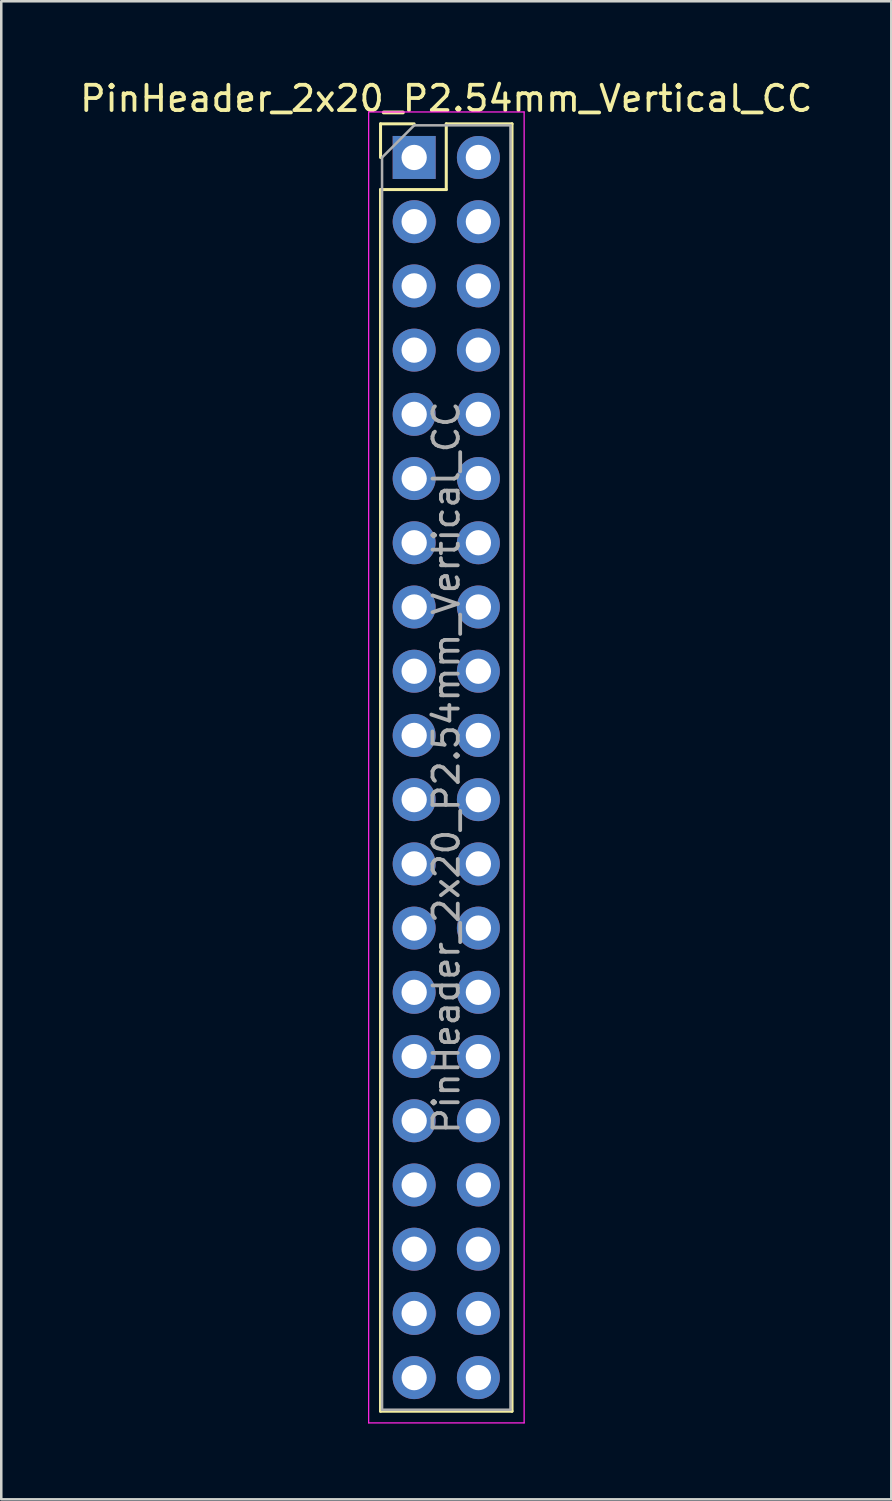
<source format=kicad_pcb>
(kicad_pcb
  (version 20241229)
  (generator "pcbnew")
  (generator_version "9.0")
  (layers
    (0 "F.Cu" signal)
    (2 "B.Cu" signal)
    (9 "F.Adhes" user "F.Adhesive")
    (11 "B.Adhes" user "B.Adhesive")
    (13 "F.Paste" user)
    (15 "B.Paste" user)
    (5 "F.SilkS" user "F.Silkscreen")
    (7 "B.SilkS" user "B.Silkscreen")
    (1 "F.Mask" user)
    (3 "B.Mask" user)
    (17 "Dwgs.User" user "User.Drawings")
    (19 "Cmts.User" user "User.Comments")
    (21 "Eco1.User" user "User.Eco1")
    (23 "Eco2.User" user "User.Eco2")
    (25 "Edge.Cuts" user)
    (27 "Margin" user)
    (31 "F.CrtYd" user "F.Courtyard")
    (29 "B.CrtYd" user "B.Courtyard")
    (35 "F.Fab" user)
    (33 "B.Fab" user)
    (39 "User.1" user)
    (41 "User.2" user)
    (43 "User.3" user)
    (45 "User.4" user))
  (footprint "PinHeader_2x20_P2.54mm_Vertical_CC"
    (layer "F.Cu")
    (at 13.331 3.178)
    (property "Reference" "PinHeader_2x20_P2.54mm_Vertical_CC" (at 1.27 -2.33 0) (layer "F.SilkS") (effects (font (size 1 1) (thickness 0.15))))
    (attr through_hole)
    (fp_line (start -1.33 -1.33) (end 0 -1.33) (stroke (width 0.12) (type solid)) (layer "F.SilkS"))
    (fp_line (start -1.33 0) (end -1.33 -1.33) (stroke (width 0.12) (type solid)) (layer "F.SilkS"))
    (fp_line (start -1.33 1.27) (end -1.33 49.59) (stroke (width 0.12) (type solid)) (layer "F.SilkS"))
    (fp_line (start -1.33 1.27) (end 1.27 1.27) (stroke (width 0.12) (type solid)) (layer "F.SilkS"))
    (fp_line (start -1.33 49.59) (end 3.87 49.59) (stroke (width 0.12) (type solid)) (layer "F.SilkS"))
    (fp_line (start 1.27 -1.33) (end 3.87 -1.33) (stroke (width 0.12) (type solid)) (layer "F.SilkS"))
    (fp_line (start 1.27 1.27) (end 1.27 -1.33) (stroke (width 0.12) (type solid)) (layer "F.SilkS"))
    (fp_line (start 3.87 -1.33) (end 3.87 49.59) (stroke (width 0.12) (type solid)) (layer "F.SilkS"))
    (fp_line (start -1.8 -1.8) (end -1.8 50.05) (stroke (width 0.05) (type solid)) (layer "F.CrtYd"))
    (fp_line (start -1.8 50.05) (end 4.35 50.05) (stroke (width 0.05) (type solid)) (layer "F.CrtYd"))
    (fp_line (start 4.35 -1.8) (end -1.8 -1.8) (stroke (width 0.05) (type solid)) (layer "F.CrtYd"))
    (fp_line (start 4.35 50.05) (end 4.35 -1.8) (stroke (width 0.05) (type solid)) (layer "F.CrtYd"))
    (fp_line (start -1.27 0) (end 0 -1.27) (stroke (width 0.1) (type solid)) (layer "F.Fab"))
    (fp_line (start -1.27 49.53) (end -1.27 0) (stroke (width 0.1) (type solid)) (layer "F.Fab"))
    (fp_line (start 0 -1.27) (end 3.81 -1.27) (stroke (width 0.1) (type solid)) (layer "F.Fab"))
    (fp_line (start 3.81 -1.27) (end 3.81 49.53) (stroke (width 0.1) (type solid)) (layer "F.Fab"))
    (fp_line (start 3.81 49.53) (end -1.27 49.53) (stroke (width 0.1) (type solid)) (layer "F.Fab"))
    (fp_text user "${REFERENCE}" (at 1.27 24.13 90) (layer "F.Fab") (effects (font (size 1 1) (thickness 0.15))))
    (pad "1" thru_hole rect (at 0 0) (size 1.7 1.7) (drill 1) (layers "*.Cu" "*.Mask"))
    (pad "2" thru_hole oval (at 0 2.54) (size 1.7 1.7) (drill 1) (layers "*.Cu" "*.Mask"))
    (pad "3" thru_hole oval (at 0 5.08) (size 1.7 1.7) (drill 1) (layers "*.Cu" "*.Mask"))
    (pad "4" thru_hole oval (at 0 7.62) (size 1.7 1.7) (drill 1) (layers "*.Cu" "*.Mask"))
    (pad "5" thru_hole oval (at 0 10.16) (size 1.7 1.7) (drill 1) (layers "*.Cu" "*.Mask"))
    (pad "6" thru_hole oval (at 0 12.7) (size 1.7 1.7) (drill 1) (layers "*.Cu" "*.Mask"))
    (pad "7" thru_hole oval (at 0 15.24) (size 1.7 1.7) (drill 1) (layers "*.Cu" "*.Mask"))
    (pad "8" thru_hole oval (at 0 17.78) (size 1.7 1.7) (drill 1) (layers "*.Cu" "*.Mask"))
    (pad "9" thru_hole oval (at 0 20.32) (size 1.7 1.7) (drill 1) (layers "*.Cu" "*.Mask"))
    (pad "10" thru_hole oval (at 0 22.86) (size 1.7 1.7) (drill 1) (layers "*.Cu" "*.Mask"))
    (pad "11" thru_hole oval (at 0 25.4) (size 1.7 1.7) (drill 1) (layers "*.Cu" "*.Mask"))
    (pad "12" thru_hole oval (at 0 27.94) (size 1.7 1.7) (drill 1) (layers "*.Cu" "*.Mask"))
    (pad "13" thru_hole oval (at 0 30.48) (size 1.7 1.7) (drill 1) (layers "*.Cu" "*.Mask"))
    (pad "14" thru_hole oval (at 0 33.02) (size 1.7 1.7) (drill 1) (layers "*.Cu" "*.Mask"))
    (pad "15" thru_hole oval (at 0 35.56) (size 1.7 1.7) (drill 1) (layers "*.Cu" "*.Mask"))
    (pad "16" thru_hole oval (at 0 38.1) (size 1.7 1.7) (drill 1) (layers "*.Cu" "*.Mask"))
    (pad "17" thru_hole oval (at 0 40.64) (size 1.7 1.7) (drill 1) (layers "*.Cu" "*.Mask"))
    (pad "18" thru_hole oval (at 0 43.18) (size 1.7 1.7) (drill 1) (layers "*.Cu" "*.Mask"))
    (pad "19" thru_hole oval (at 0 45.72) (size 1.7 1.7) (drill 1) (layers "*.Cu" "*.Mask"))
    (pad "20" thru_hole oval (at 0 48.26) (size 1.7 1.7) (drill 1) (layers "*.Cu" "*.Mask"))
    (pad "21" thru_hole oval (at 2.54 48.26) (size 1.7 1.7) (drill 1) (layers "*.Cu" "*.Mask"))
    (pad "22" thru_hole oval (at 2.54 45.72) (size 1.7 1.7) (drill 1) (layers "*.Cu" "*.Mask"))
    (pad "23" thru_hole oval (at 2.54 43.18) (size 1.7 1.7) (drill 1) (layers "*.Cu" "*.Mask"))
    (pad "24" thru_hole oval (at 2.54 40.64) (size 1.7 1.7) (drill 1) (layers "*.Cu" "*.Mask"))
    (pad "25" thru_hole oval (at 2.54 38.1) (size 1.7 1.7) (drill 1) (layers "*.Cu" "*.Mask"))
    (pad "26" thru_hole oval (at 2.54 35.56) (size 1.7 1.7) (drill 1) (layers "*.Cu" "*.Mask"))
    (pad "27" thru_hole oval (at 2.54 33.02) (size 1.7 1.7) (drill 1) (layers "*.Cu" "*.Mask"))
    (pad "28" thru_hole oval (at 2.54 30.48) (size 1.7 1.7) (drill 1) (layers "*.Cu" "*.Mask"))
    (pad "29" thru_hole oval (at 2.54 27.94) (size 1.7 1.7) (drill 1) (layers "*.Cu" "*.Mask"))
    (pad "30" thru_hole oval (at 2.54 25.4) (size 1.7 1.7) (drill 1) (layers "*.Cu" "*.Mask"))
    (pad "31" thru_hole oval (at 2.54 22.86) (size 1.7 1.7) (drill 1) (layers "*.Cu" "*.Mask"))
    (pad "32" thru_hole oval (at 2.54 20.32) (size 1.7 1.7) (drill 1) (layers "*.Cu" "*.Mask"))
    (pad "33" thru_hole oval (at 2.54 17.78) (size 1.7 1.7) (drill 1) (layers "*.Cu" "*.Mask"))
    (pad "34" thru_hole oval (at 2.54 15.24) (size 1.7 1.7) (drill 1) (layers "*.Cu" "*.Mask"))
    (pad "35" thru_hole oval (at 2.54 12.7) (size 1.7 1.7) (drill 1) (layers "*.Cu" "*.Mask"))
    (pad "36" thru_hole oval (at 2.54 10.16) (size 1.7 1.7) (drill 1) (layers "*.Cu" "*.Mask"))
    (pad "37" thru_hole oval (at 2.54 7.62) (size 1.7 1.7) (drill 1) (layers "*.Cu" "*.Mask"))
    (pad "38" thru_hole oval (at 2.54 5.08) (size 1.7 1.7) (drill 1) (layers "*.Cu" "*.Mask"))
    (pad "39" thru_hole oval (at 2.54 2.54) (size 1.7 1.7) (drill 1) (layers "*.Cu" "*.Mask"))
    (pad "40" thru_hole oval (at 2.54 0) (size 1.7 1.7) (drill 1) (layers "*.Cu" "*.Mask")))
  (gr_rect
    (start -3 -3)
    (end 32.202 56.253)
    (stroke (width 0.1) (type default))
    (fill no)
    (layer "Edge.Cuts")))
</source>
